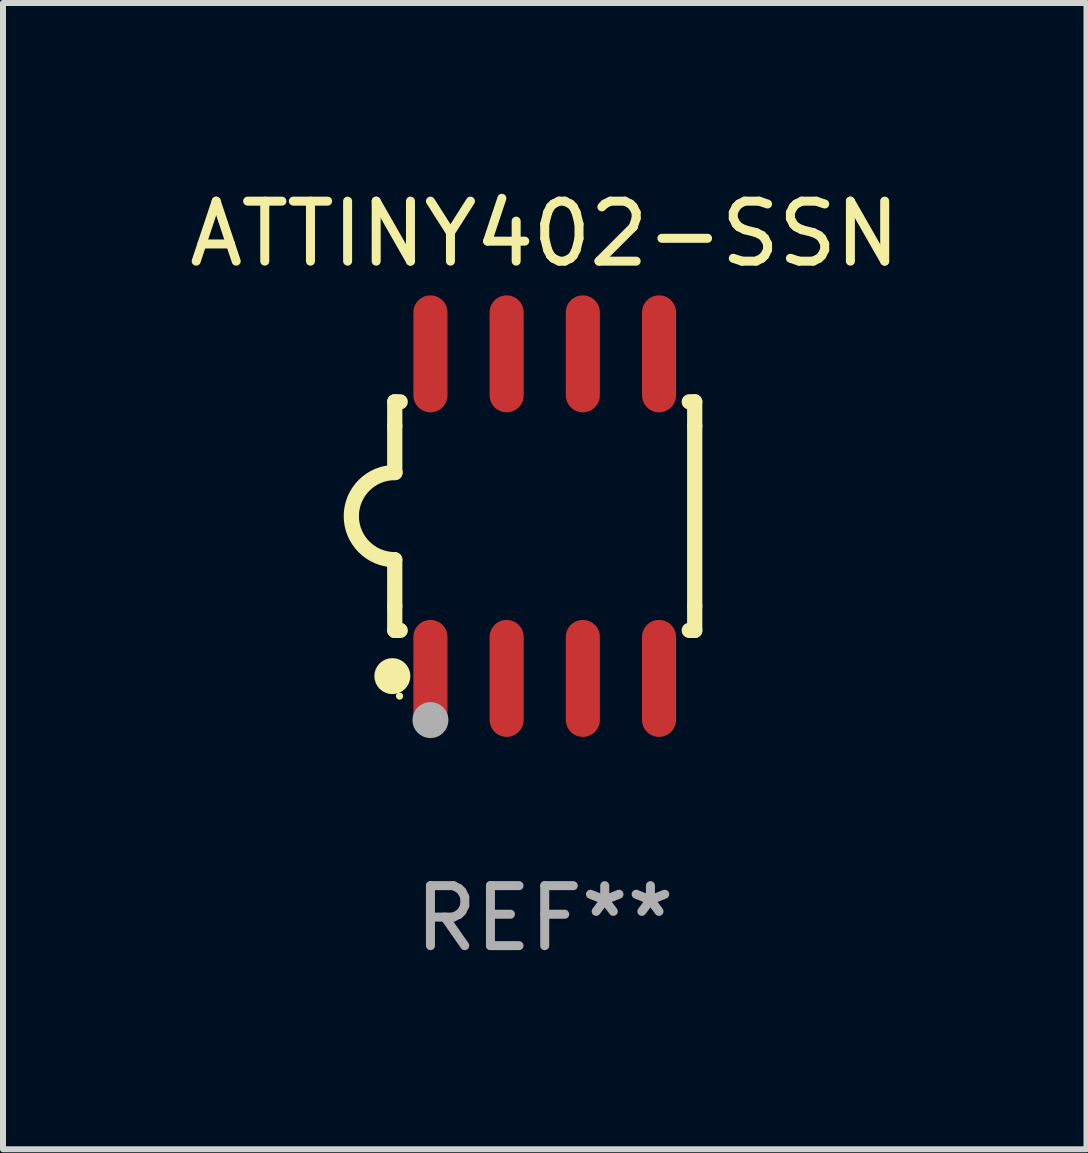
<source format=kicad_pcb>
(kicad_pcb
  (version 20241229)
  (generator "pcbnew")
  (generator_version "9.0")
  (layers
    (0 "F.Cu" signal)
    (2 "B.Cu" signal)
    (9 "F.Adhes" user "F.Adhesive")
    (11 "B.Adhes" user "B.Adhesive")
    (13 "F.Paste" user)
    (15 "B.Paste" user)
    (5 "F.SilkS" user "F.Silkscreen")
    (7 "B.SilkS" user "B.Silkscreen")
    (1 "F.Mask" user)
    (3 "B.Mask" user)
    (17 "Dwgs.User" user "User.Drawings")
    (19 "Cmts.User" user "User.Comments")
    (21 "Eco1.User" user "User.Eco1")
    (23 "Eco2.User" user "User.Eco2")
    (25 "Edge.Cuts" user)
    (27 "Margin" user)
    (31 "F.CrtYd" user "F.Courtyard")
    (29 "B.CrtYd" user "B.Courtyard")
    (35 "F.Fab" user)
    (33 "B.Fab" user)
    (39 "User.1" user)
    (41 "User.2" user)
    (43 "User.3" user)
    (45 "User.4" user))
  (footprint "ATTINY402-SSN"
    (layer "F.Cu")
    (at 6.03 5.553)
    (property "Reference" "ATTINY402-SSN" (at 0 -4.705 0) (layer "F.SilkS") (effects (font (size 1 1) (thickness 0.15))))
    (attr through_hole)
    (fp_line (start -2.5 -1.905) (end -2.409 -1.905) (stroke (width 0.254) (type solid)) (layer "F.SilkS"))
    (fp_line (start -2.5 -1.5) (end -2.5 -1.905) (stroke (width 0.254) (type solid)) (layer "F.SilkS"))
    (fp_line (start -2.5 -1.5) (end -2.5 -0.726) (stroke (width 0.254) (type solid)) (layer "F.SilkS"))
    (fp_line (start -2.5 1.5) (end -2.5 0.727) (stroke (width 0.254) (type solid)) (layer "F.SilkS"))
    (fp_line (start -2.5 1.5) (end -2.5 1.905) (stroke (width 0.254) (type solid)) (layer "F.SilkS"))
    (fp_line (start -2.5 1.905) (end -2.409 1.905) (stroke (width 0.254) (type solid)) (layer "F.SilkS"))
    (fp_line (start 2.5 -1.905) (end 2.409 -1.905) (stroke (width 0.254) (type solid)) (layer "F.SilkS"))
    (fp_line (start 2.5 -1.5) (end 2.5 -1.905) (stroke (width 0.254) (type solid)) (layer "F.SilkS"))
    (fp_line (start 2.5 -1.5) (end 2.5 1.5) (stroke (width 0.254) (type solid)) (layer "F.SilkS"))
    (fp_line (start 2.5 1.5) (end 2.5 1.905) (stroke (width 0.254) (type solid)) (layer "F.SilkS"))
    (fp_line (start 2.5 1.905) (end 2.409 1.905) (stroke (width 0.254) (type solid)) (layer "F.SilkS"))
    (fp_arc (start -2.5 0.726568) (mid -3.220316 -0.0023) (end -2.495097 -0.726289) (stroke (width 0.254001) (type solid)) (layer "F.SilkS"))
    (fp_circle (center -2.54 2.667) (end -2.39 2.667) (stroke (width 0.3) (type solid)) (fill no) (layer "F.SilkS"))
    (fp_circle (center -2.42 3) (end -2.39 3) (stroke (width 0.06) (type solid)) (fill no) (layer "F.SilkS"))
    (fp_circle (center -1.905 3.4) (end -1.755 3.4) (stroke (width 0.3) (type solid)) (fill no) (layer "F.Fab"))
    (fp_text user "REF**" (at 0 6.705 0) (layer "F.Fab") (effects (font (size 1 1) (thickness 0.15))))
    (pad "1" smd oval (at -1.905 2.705) (size 0.568 1.95) (layers "F.Cu" "F.Mask" "F.Paste"))
    (pad "2" smd oval (at -0.635 2.705) (size 0.568 1.95) (layers "F.Cu" "F.Mask" "F.Paste"))
    (pad "3" smd oval (at 0.635 2.705) (size 0.568 1.95) (layers "F.Cu" "F.Mask" "F.Paste"))
    (pad "4" smd oval (at 1.905 2.705) (size 0.568 1.95) (layers "F.Cu" "F.Mask" "F.Paste"))
    (pad "5" smd oval (at 1.905 -2.705) (size 0.568 1.95) (layers "F.Cu" "F.Mask" "F.Paste"))
    (pad "6" smd oval (at 0.635 -2.705) (size 0.568 1.95) (layers "F.Cu" "F.Mask" "F.Paste"))
    (pad "7" smd oval (at -0.635 -2.705) (size 0.568 1.95) (layers "F.Cu" "F.Mask" "F.Paste"))
    (pad "8" smd oval (at -1.905 -2.705) (size 0.568 1.95) (layers "F.Cu" "F.Mask" "F.Paste")))
  (gr_rect
    (start -3 -3)
    (end 15.06 16.107)
    (stroke (width 0.1) (type default))
    (fill no)
    (layer "Edge.Cuts")))
</source>
